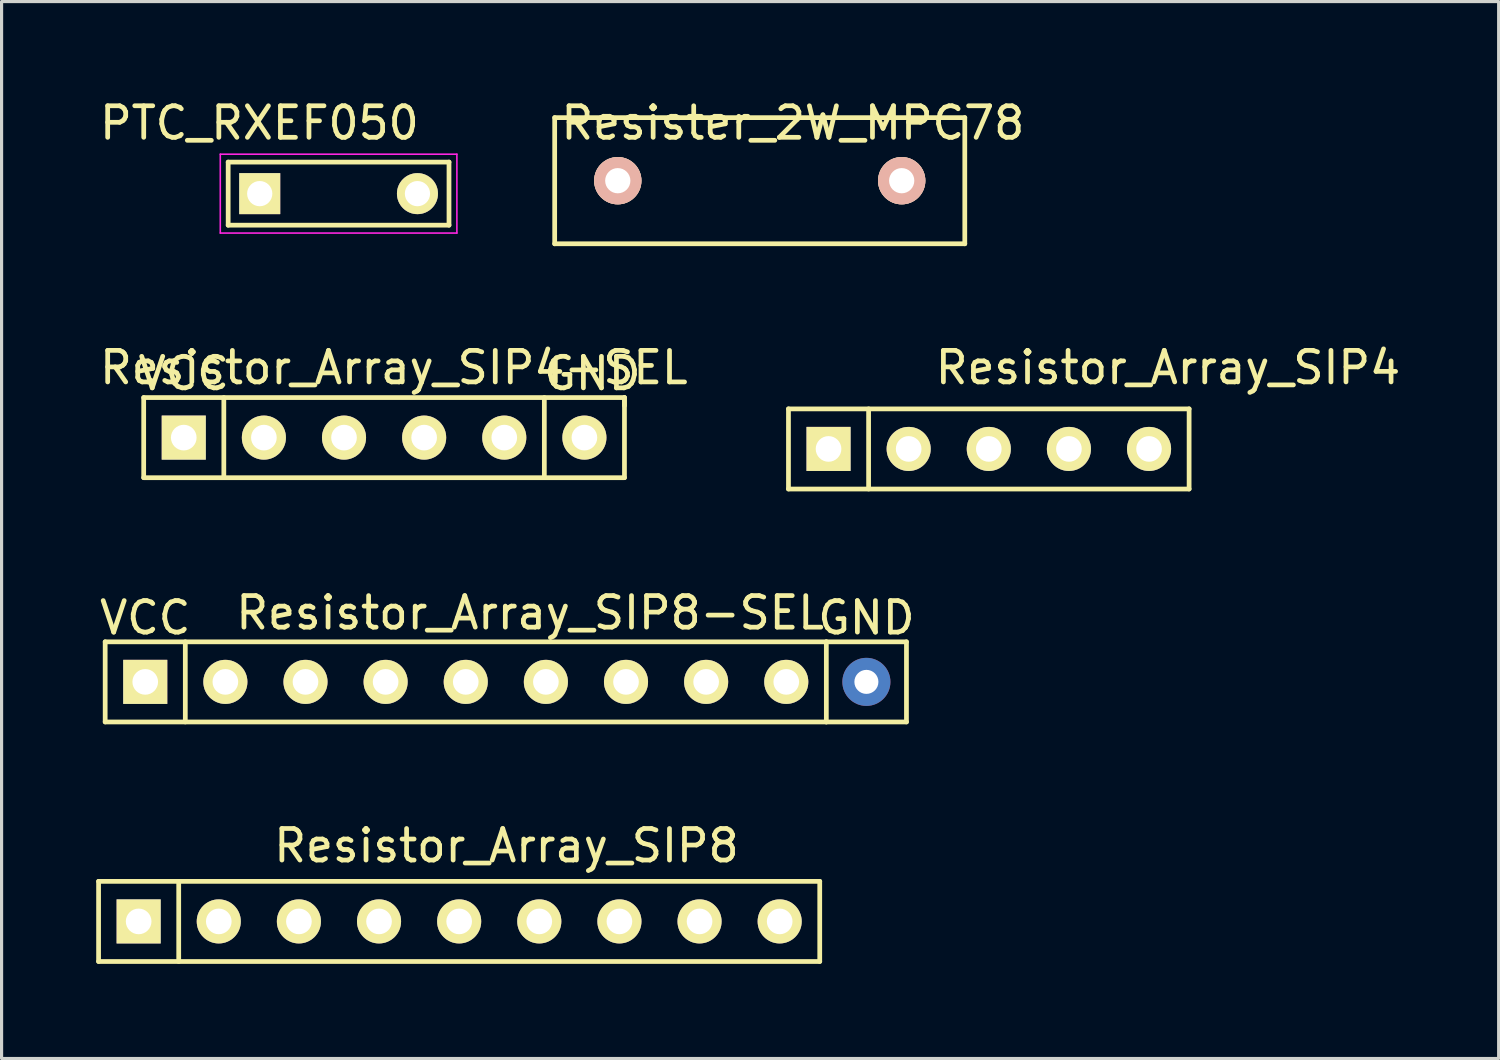
<source format=kicad_pcb>
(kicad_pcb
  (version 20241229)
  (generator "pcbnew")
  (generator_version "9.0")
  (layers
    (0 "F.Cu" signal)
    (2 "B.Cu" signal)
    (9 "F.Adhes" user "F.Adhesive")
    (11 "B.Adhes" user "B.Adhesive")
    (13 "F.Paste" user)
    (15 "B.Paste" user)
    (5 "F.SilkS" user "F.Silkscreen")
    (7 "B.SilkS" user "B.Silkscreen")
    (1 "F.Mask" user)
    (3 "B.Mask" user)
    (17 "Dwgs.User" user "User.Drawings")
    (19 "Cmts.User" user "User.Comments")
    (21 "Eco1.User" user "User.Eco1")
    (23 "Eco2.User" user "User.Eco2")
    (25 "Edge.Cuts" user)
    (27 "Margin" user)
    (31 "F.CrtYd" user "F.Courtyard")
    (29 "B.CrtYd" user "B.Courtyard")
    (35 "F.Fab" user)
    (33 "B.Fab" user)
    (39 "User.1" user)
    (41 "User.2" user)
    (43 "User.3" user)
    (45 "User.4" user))
  (footprint "Resister_2W_MPC78"
    (layer "F.Cu")
    (at 21.033 2.678)
    (property "Reference" "Resister_2W_MPC78" (at 1.05 -1.83 0) (layer "F.SilkS") (effects (font (size 1 1) (thickness 0.15))))
    (attr through_hole)
    (fp_line (start -6.5 -2) (end -6.5 2) (stroke (width 0.15) (type solid)) (layer "F.SilkS"))
    (fp_line (start -6.5 2) (end 6.5 2) (stroke (width 0.15) (type solid)) (layer "F.SilkS"))
    (fp_line (start 6.5 -2) (end -6.5 -2) (stroke (width 0.15) (type solid)) (layer "F.SilkS"))
    (fp_line (start 6.5 2) (end 6.5 -2) (stroke (width 0.15) (type solid)) (layer "F.SilkS"))
    (pad "1" thru_hole circle (at -4.5 0) (size 1.5 1.5) (drill 0.8) (layers "*.Cu" "*.SilkS" "*.Mask"))
    (pad "2" thru_hole circle (at 4.5 0) (size 1.5 1.5) (drill 0.8) (layers "*.Cu" "*.SilkS" "*.Mask")))
  (footprint "Resistor_Array_SIP4-SEL"
    (layer "F.Cu")
    (at 12.935 10.822)
    (property "Reference" "Resistor_Array_SIP4-SEL" (at -3.5 -2.22 0) (layer "F.SilkS") (effects (font (size 1 1) (thickness 0.15))))
    (attr through_hole)
    (fp_line (start -11.43 -1.27) (end 3.81 -1.27) (stroke (width 0.15) (type solid)) (layer "F.SilkS"))
    (fp_line (start -11.43 1.27) (end -11.43 -1.27) (stroke (width 0.15) (type solid)) (layer "F.SilkS"))
    (fp_line (start -8.89 -1.27) (end -8.89 1.27) (stroke (width 0.15) (type solid)) (layer "F.SilkS"))
    (fp_line (start 1.27 -1.27) (end 1.27 1.27) (stroke (width 0.15) (type solid)) (layer "F.SilkS"))
    (fp_line (start 3.81 -1.27) (end 3.81 -1.016) (stroke (width 0.15) (type solid)) (layer "F.SilkS"))
    (fp_line (start 3.81 -1.27) (end 3.81 1.27) (stroke (width 0.15) (type solid)) (layer "F.SilkS"))
    (fp_line (start 3.81 1.27) (end -11.43 1.27) (stroke (width 0.15) (type solid)) (layer "F.SilkS"))
    (fp_text user "GND" (at 2.794 -2.032 0) (layer "F.SilkS") (effects (font (size 1 1) (thickness 0.15))))
    (fp_text user "VCC" (at -10.16 -2.032 0) (layer "F.SilkS") (effects (font (size 1 1) (thickness 0.15))))
    (pad "1" thru_hole rect (at -10.16 0) (size 1.397 1.397) (drill 0.813) (layers "*.Cu" "*.Mask" "F.SilkS"))
    (pad "2" thru_hole circle (at -7.62 0) (size 1.397 1.397) (drill 0.813) (layers "*.Cu" "*.Mask" "F.SilkS"))
    (pad "3" thru_hole circle (at -5.08 0) (size 1.397 1.397) (drill 0.813) (layers "*.Cu" "*.Mask" "F.SilkS"))
    (pad "4" thru_hole circle (at -2.54 0) (size 1.397 1.397) (drill 0.813) (layers "*.Cu" "*.Mask" "F.SilkS"))
    (pad "5" thru_hole circle (at 0 0) (size 1.397 1.397) (drill 0.813) (layers "*.Cu" "*.Mask" "F.SilkS"))
    (pad "6" thru_hole circle (at 2.54 0) (size 1.397 1.397) (drill 0.813) (layers "*.Cu" "*.Mask" "F.SilkS")))
  (footprint "Resistor_Array_SIP4"
    (layer "F.Cu")
    (at 28.274 11.181)
    (property "Reference" "Resistor_Array_SIP4" (at 5.7 -2.58 0) (layer "F.SilkS") (effects (font (size 1 1) (thickness 0.15))))
    (attr through_hole)
    (fp_line (start -6.33 -1.27) (end 6.37 -1.27) (stroke (width 0.15) (type solid)) (layer "F.SilkS"))
    (fp_line (start -6.33 1.27) (end -6.33 -1.27) (stroke (width 0.15) (type solid)) (layer "F.SilkS"))
    (fp_line (start -3.79 -1.27) (end -3.79 1.27) (stroke (width 0.15) (type solid)) (layer "F.SilkS"))
    (fp_line (start 6.37 -1.27) (end 6.37 1.27) (stroke (width 0.15) (type solid)) (layer "F.SilkS"))
    (fp_line (start 6.37 1.27) (end -6.33 1.27) (stroke (width 0.15) (type solid)) (layer "F.SilkS"))
    (pad "1" thru_hole rect (at -5.06 0) (size 1.397 1.397) (drill 0.813) (layers "*.Cu" "*.Mask" "F.SilkS"))
    (pad "2" thru_hole circle (at -2.52 0) (size 1.397 1.397) (drill 0.813) (layers "*.Cu" "*.Mask" "F.SilkS"))
    (pad "3" thru_hole circle (at 0.02 0) (size 1.397 1.397) (drill 0.813) (layers "*.Cu" "*.Mask" "F.SilkS"))
    (pad "4" thru_hole circle (at 2.56 0) (size 1.397 1.397) (drill 0.813) (layers "*.Cu" "*.Mask" "F.SilkS"))
    (pad "5" thru_hole circle (at 5.1 0) (size 1.397 1.397) (drill 0.813) (layers "*.Cu" "*.Mask" "F.SilkS")))
  (footprint "PTC_RXEF050"
    (layer "F.Cu")
    (at 5.183 3.088)
    (property "Reference" "PTC_RXEF050" (at -0.01 -2.24 0) (layer "F.SilkS") (effects (font (size 1 1) (thickness 0.15))))
    (attr through_hole)
    (fp_line (start -1 -1) (end 6 -1) (stroke (width 0.15) (type solid)) (layer "F.SilkS"))
    (fp_line (start -1 1) (end -1 -1) (stroke (width 0.15) (type solid)) (layer "F.SilkS"))
    (fp_line (start 6 -1) (end 6 1) (stroke (width 0.15) (type solid)) (layer "F.SilkS"))
    (fp_line (start 6 1) (end -1 1) (stroke (width 0.15) (type solid)) (layer "F.SilkS"))
    (fp_line (start -1.25 -1.25) (end 6.25 -1.25) (stroke (width 0.05) (type solid)) (layer "F.CrtYd"))
    (fp_line (start -1.25 1.25) (end -1.25 -1.25) (stroke (width 0.05) (type solid)) (layer "F.CrtYd"))
    (fp_line (start 6.25 -1.25) (end 6.25 1.25) (stroke (width 0.05) (type solid)) (layer "F.CrtYd"))
    (fp_line (start 6.25 1.25) (end -1.25 1.25) (stroke (width 0.05) (type solid)) (layer "F.CrtYd"))
    (pad "1" thru_hole rect (at 0 0) (size 1.3 1.3) (drill 0.8) (layers "*.Cu" "*.Mask" "F.SilkS"))
    (pad "2" thru_hole circle (at 5 0) (size 1.3 1.3) (drill 0.8) (layers "*.Cu" "*.Mask" "F.SilkS")))
  (footprint "Resistor_Array_SIP8"
    (layer "F.Cu")
    (at 11.505 26.158)
    (property "Reference" "Resistor_Array_SIP8" (at 1.5 -2.4 0) (layer "F.SilkS") (effects (font (size 1 1) (thickness 0.15))))
    (attr through_hole)
    (fp_line (start -11.43 1.27) (end -11.43 -1.27) (stroke (width 0.15) (type solid)) (layer "F.SilkS"))
    (fp_line (start -8.89 -1.27) (end -8.89 1.27) (stroke (width 0.15) (type solid)) (layer "F.SilkS"))
    (fp_line (start 11.43 -1.27) (end -11.43 -1.27) (stroke (width 0.15) (type solid)) (layer "F.SilkS"))
    (fp_line (start 11.43 -1.27) (end 11.43 1.27) (stroke (width 0.15) (type solid)) (layer "F.SilkS"))
    (fp_line (start 11.43 1.27) (end -11.43 1.27) (stroke (width 0.15) (type solid)) (layer "F.SilkS"))
    (pad "1" thru_hole rect (at -10.16 0) (size 1.397 1.397) (drill 0.813) (layers "*.Cu" "*.Mask" "F.SilkS"))
    (pad "2" thru_hole circle (at -7.62 0) (size 1.397 1.397) (drill 0.813) (layers "*.Cu" "*.Mask" "F.SilkS"))
    (pad "3" thru_hole circle (at -5.08 0) (size 1.397 1.397) (drill 0.813) (layers "*.Cu" "*.Mask" "F.SilkS"))
    (pad "4" thru_hole circle (at -2.54 0) (size 1.397 1.397) (drill 0.813) (layers "*.Cu" "*.Mask" "F.SilkS"))
    (pad "5" thru_hole circle (at 0 0) (size 1.397 1.397) (drill 0.813) (layers "*.Cu" "*.Mask" "F.SilkS"))
    (pad "6" thru_hole circle (at 2.54 0) (size 1.397 1.397) (drill 0.813) (layers "*.Cu" "*.Mask" "F.SilkS"))
    (pad "7" thru_hole circle (at 5.08 0) (size 1.397 1.397) (drill 0.813) (layers "*.Cu" "*.Mask" "F.SilkS"))
    (pad "8" thru_hole circle (at 7.62 0) (size 1.397 1.397) (drill 0.813) (layers "*.Cu" "*.Mask" "F.SilkS"))
    (pad "9" thru_hole circle (at 10.16 0) (size 1.397 1.397) (drill 0.813) (layers "*.Cu" "*.Mask" "F.SilkS")))
  (footprint "Resistor_Array_SIP8-SEL"
    (layer "F.Cu")
    (at 11.714 18.565)
    (property "Reference" "Resistor_Array_SIP8-SEL" (at 2.04 -2.19 0) (layer "F.SilkS") (effects (font (size 1 1) (thickness 0.15))))
    (attr through_hole)
    (fp_line (start -11.43 1.27) (end -11.43 -1.27) (stroke (width 0.15) (type solid)) (layer "F.SilkS"))
    (fp_line (start -8.89 -1.27) (end -8.89 1.27) (stroke (width 0.15) (type solid)) (layer "F.SilkS"))
    (fp_line (start 11.43 -1.27) (end -11.43 -1.27) (stroke (width 0.15) (type solid)) (layer "F.SilkS"))
    (fp_line (start 11.43 -1.27) (end 11.43 1.27) (stroke (width 0.15) (type solid)) (layer "F.SilkS"))
    (fp_line (start 11.43 -1.27) (end 13.97 -1.27) (stroke (width 0.15) (type solid)) (layer "F.SilkS"))
    (fp_line (start 11.43 1.27) (end -11.43 1.27) (stroke (width 0.15) (type solid)) (layer "F.SilkS"))
    (fp_line (start 11.43 1.27) (end 13.97 1.27) (stroke (width 0.15) (type solid)) (layer "F.SilkS"))
    (fp_line (start 13.97 -1.27) (end 13.97 1.27) (stroke (width 0.15) (type solid)) (layer "F.SilkS"))
    (fp_text user "VCC" (at -10.16 -2.032 0) (layer "F.SilkS") (effects (font (size 1 1) (thickness 0.15))))
    (fp_text user "GND" (at 12.7 -2.032 0) (layer "F.SilkS") (effects (font (size 1 1) (thickness 0.15))))
    (pad "1" thru_hole rect (at -10.16 0) (size 1.397 1.397) (drill 0.813) (layers "*.Cu" "*.Mask" "F.SilkS"))
    (pad "2" thru_hole circle (at -7.62 0) (size 1.397 1.397) (drill 0.813) (layers "*.Cu" "*.Mask" "F.SilkS"))
    (pad "3" thru_hole circle (at -5.08 0) (size 1.397 1.397) (drill 0.813) (layers "*.Cu" "*.Mask" "F.SilkS"))
    (pad "4" thru_hole circle (at -2.54 0) (size 1.397 1.397) (drill 0.813) (layers "*.Cu" "*.Mask" "F.SilkS"))
    (pad "5" thru_hole circle (at 0 0) (size 1.397 1.397) (drill 0.813) (layers "*.Cu" "*.Mask" "F.SilkS"))
    (pad "6" thru_hole circle (at 2.54 0) (size 1.397 1.397) (drill 0.813) (layers "*.Cu" "*.Mask" "F.SilkS"))
    (pad "7" thru_hole circle (at 5.08 0) (size 1.397 1.397) (drill 0.813) (layers "*.Cu" "*.Mask" "F.SilkS"))
    (pad "8" thru_hole circle (at 7.62 0) (size 1.397 1.397) (drill 0.813) (layers "*.Cu" "*.Mask" "F.SilkS"))
    (pad "9" thru_hole circle (at 10.16 0) (size 1.397 1.397) (drill 0.813) (layers "*.Cu" "*.Mask" "F.SilkS"))
    (pad "10" thru_hole circle (at 12.7 0) (size 1.524 1.524) (drill 0.762) (layers "*.Cu" "*.Mask")))
  (gr_rect
    (start -3 -3)
    (end 44.456 30.503)
    (stroke (width 0.1) (type default))
    (fill no)
    (layer "Edge.Cuts")))
</source>
